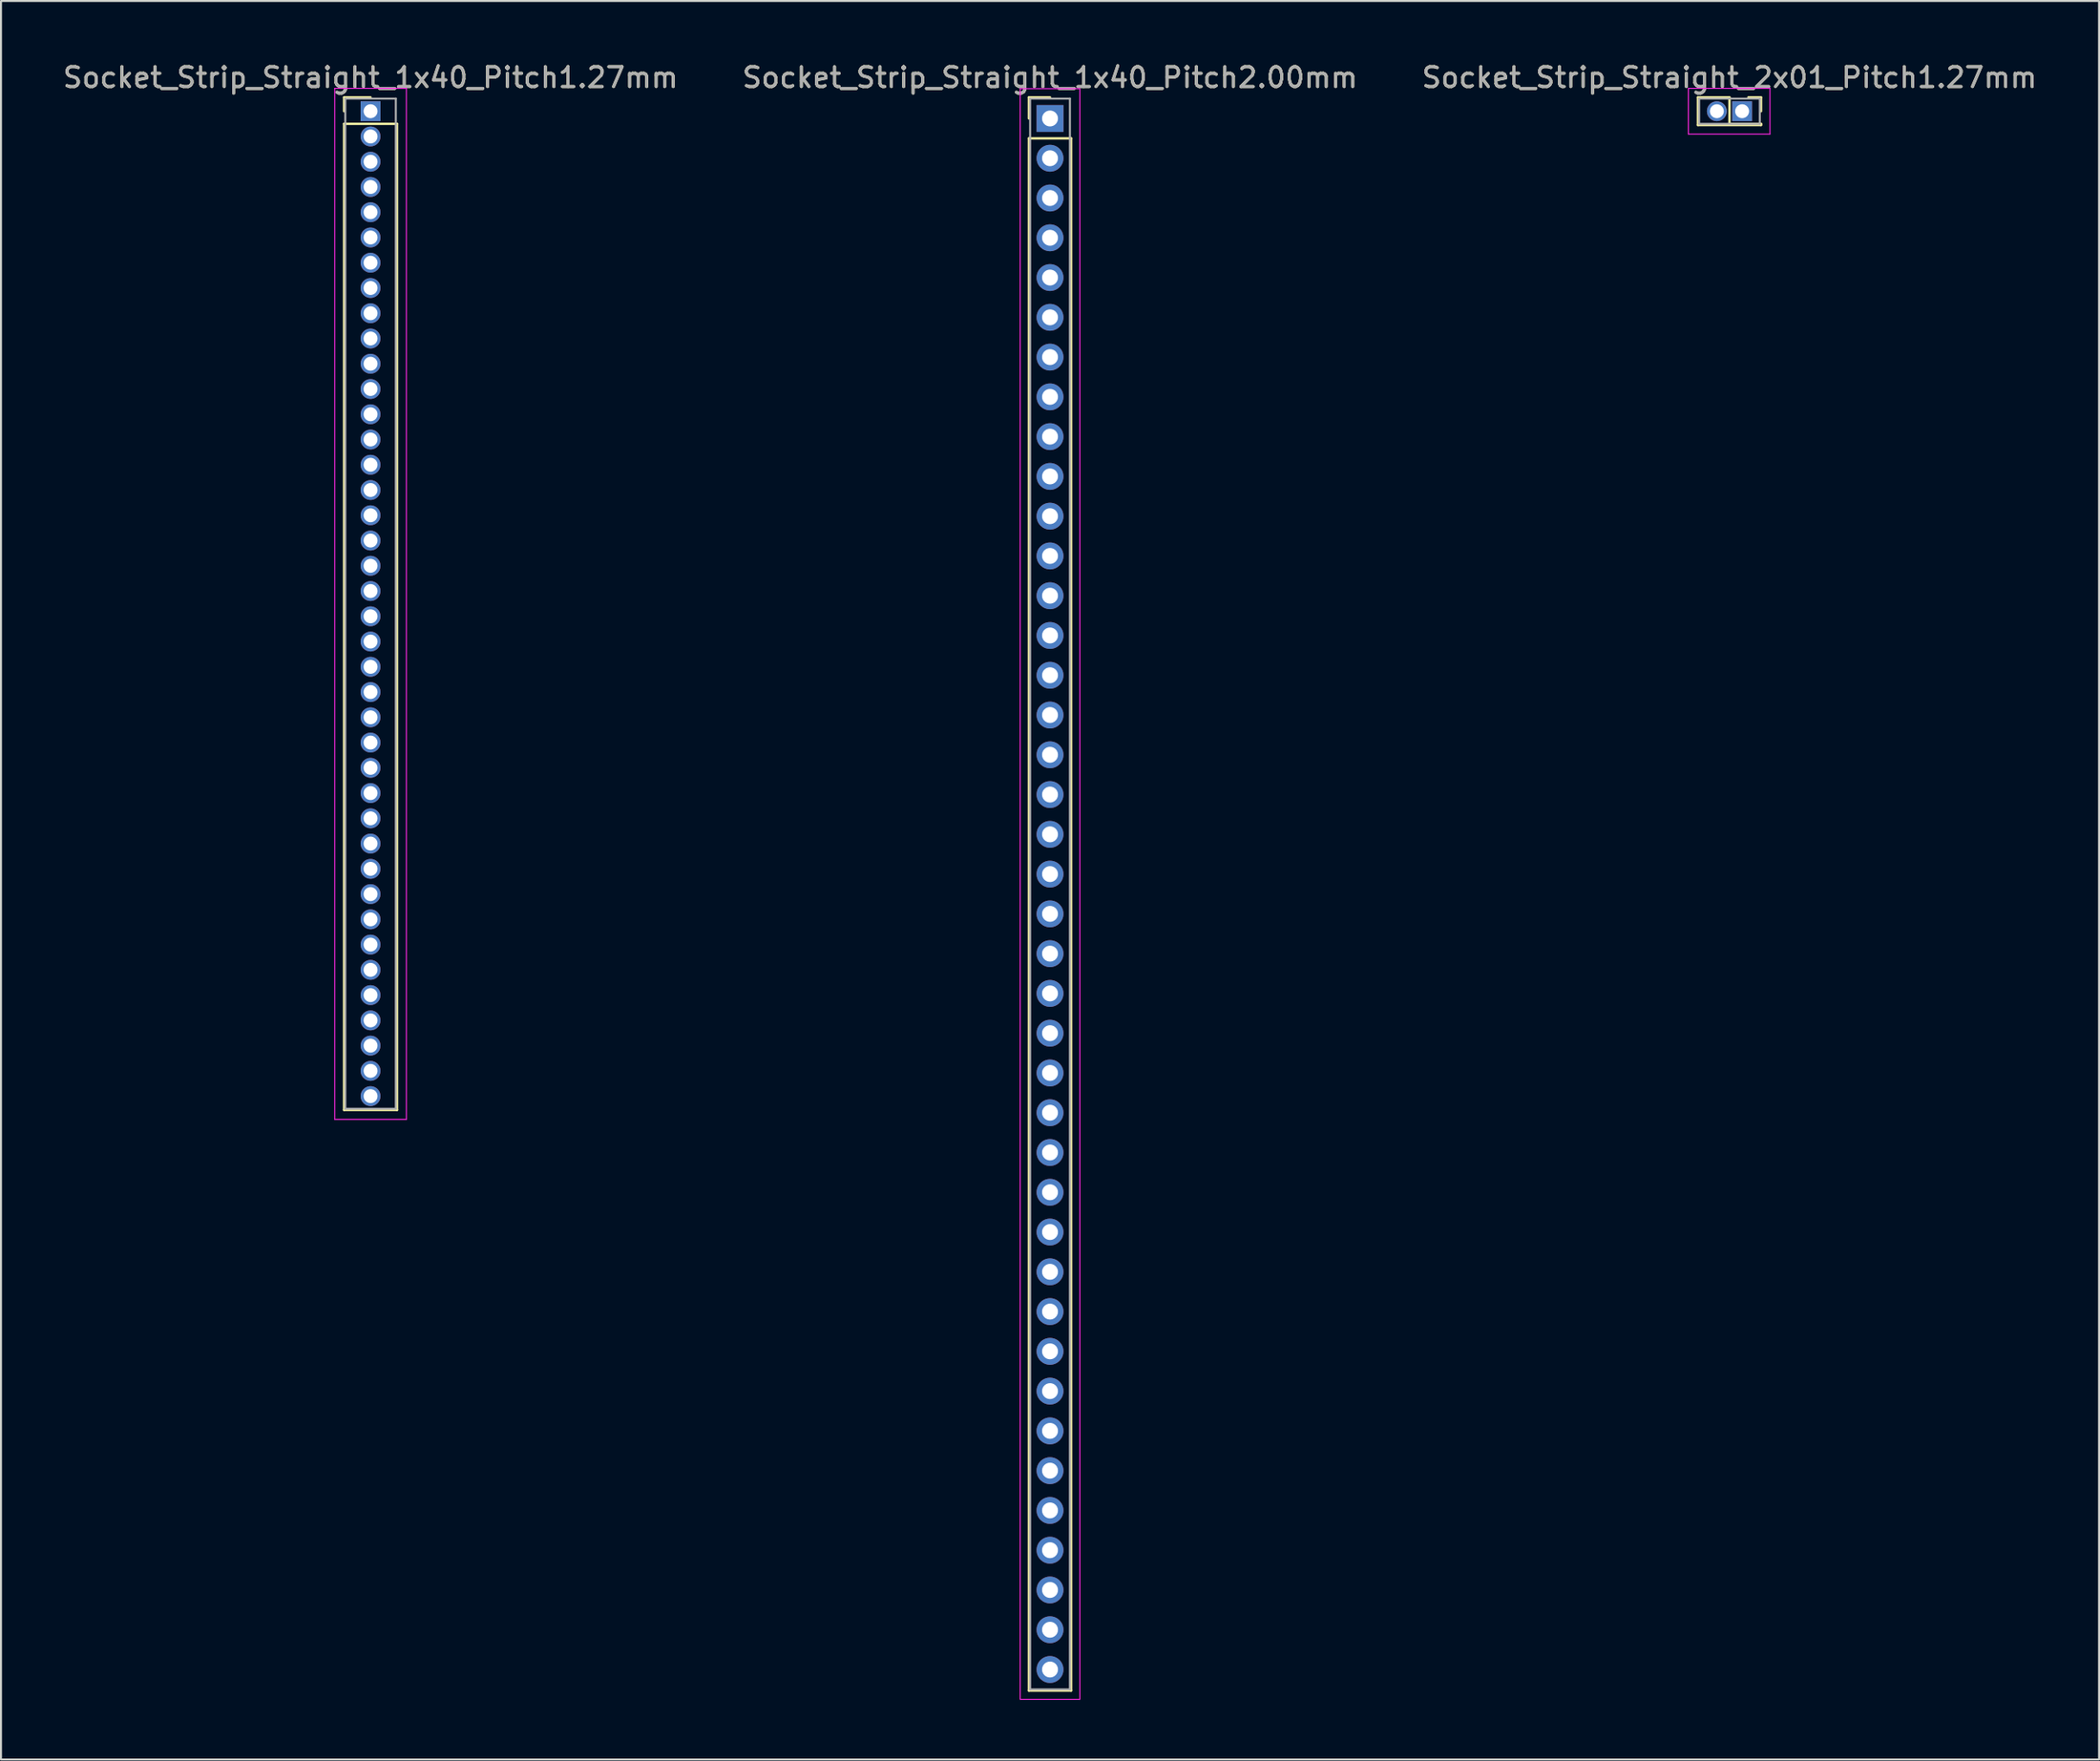
<source format=kicad_pcb>
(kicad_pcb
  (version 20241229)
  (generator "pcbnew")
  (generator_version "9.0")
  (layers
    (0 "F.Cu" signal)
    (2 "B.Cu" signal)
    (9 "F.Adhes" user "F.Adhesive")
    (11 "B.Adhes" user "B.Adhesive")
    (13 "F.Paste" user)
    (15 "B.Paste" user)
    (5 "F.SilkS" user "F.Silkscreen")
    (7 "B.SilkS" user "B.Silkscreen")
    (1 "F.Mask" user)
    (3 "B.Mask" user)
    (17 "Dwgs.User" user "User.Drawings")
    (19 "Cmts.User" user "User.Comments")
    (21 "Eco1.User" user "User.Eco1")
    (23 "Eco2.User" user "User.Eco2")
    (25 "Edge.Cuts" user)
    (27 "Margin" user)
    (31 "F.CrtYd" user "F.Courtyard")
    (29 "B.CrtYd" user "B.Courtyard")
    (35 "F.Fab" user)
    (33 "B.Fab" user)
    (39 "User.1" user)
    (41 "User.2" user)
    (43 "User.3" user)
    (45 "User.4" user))
  (footprint "Socket_Strip_Straight_2x01_Pitch1.27mm"
    (layer "F.Cu")
    (at 84.522 2.543)
    (property "Reference" "Socket_Strip_Straight_2x01_Pitch1.27mm" (at -0.635 -1.695 0) (layer "F.SilkS") (effects (font (size 1 1) (thickness 0.15))))
    (attr through_hole)
    (fp_line (start -2.22 -0.695) (end -0.635 -0.695) (stroke (width 0.12) (type solid)) (layer "F.SilkS"))
    (fp_line (start -2.22 0.695) (end -2.22 -0.695) (stroke (width 0.12) (type solid)) (layer "F.SilkS"))
    (fp_line (start -0.635 -0.695) (end -0.635 0.635) (stroke (width 0.12) (type solid)) (layer "F.SilkS"))
    (fp_line (start -0.635 0.635) (end 0.95 0.635) (stroke (width 0.12) (type solid)) (layer "F.SilkS"))
    (fp_line (start 0.95 -0.695) (end 0.315 -0.695) (stroke (width 0.12) (type solid)) (layer "F.SilkS"))
    (fp_line (start 0.95 0) (end 0.95 -0.695) (stroke (width 0.12) (type solid)) (layer "F.SilkS"))
    (fp_line (start 0.95 0.635) (end 0.95 0.695) (stroke (width 0.12) (type solid)) (layer "F.SilkS"))
    (fp_line (start 0.95 0.695) (end -2.22 0.695) (stroke (width 0.12) (type solid)) (layer "F.SilkS"))
    (fp_line (start -2.7 -1.15) (end -2.7 1.15) (stroke (width 0.05) (type solid)) (layer "F.CrtYd"))
    (fp_line (start -2.7 1.15) (end 1.4 1.15) (stroke (width 0.05) (type solid)) (layer "F.CrtYd"))
    (fp_line (start 1.4 -1.15) (end -2.7 -1.15) (stroke (width 0.05) (type solid)) (layer "F.CrtYd"))
    (fp_line (start 1.4 1.15) (end 1.4 -1.15) (stroke (width 0.05) (type solid)) (layer "F.CrtYd"))
    (fp_line (start -2.16 -0.635) (end -2.16 0.635) (stroke (width 0.1) (type solid)) (layer "F.Fab"))
    (fp_line (start -2.16 0.635) (end 0.89 0.635) (stroke (width 0.1) (type solid)) (layer "F.Fab"))
    (fp_line (start 0.89 -0.635) (end -2.16 -0.635) (stroke (width 0.1) (type solid)) (layer "F.Fab"))
    (fp_line (start 0.89 0.635) (end 0.89 -0.635) (stroke (width 0.1) (type solid)) (layer "F.Fab"))
    (fp_text user "${REFERENCE}" (at -0.635 -1.695 0) (layer "F.Fab") (effects (font (size 1 1) (thickness 0.15))))
    (pad "1" thru_hole rect (at 0 0) (size 1 1) (drill 0.7) (layers "*.Cu" "*.Mask"))
    (pad "2" thru_hole oval (at -1.27 0) (size 1 1) (drill 0.7) (layers "*.Cu" "*.Mask")))
  (footprint "Socket_Strip_Straight_1x40_Pitch1.27mm"
    (layer "F.Cu")
    (at 15.577 2.543)
    (property "Reference" "Socket_Strip_Straight_1x40_Pitch1.27mm" (at 0 -1.695 0) (layer "F.SilkS") (effects (font (size 1 1) (thickness 0.15))))
    (attr through_hole)
    (fp_line (start -1.33 -0.695) (end 0 -0.695) (stroke (width 0.12) (type solid)) (layer "F.SilkS"))
    (fp_line (start -1.33 0) (end -1.33 -0.695) (stroke (width 0.12) (type solid)) (layer "F.SilkS"))
    (fp_line (start -1.33 0.635) (end -1.33 50.225) (stroke (width 0.12) (type solid)) (layer "F.SilkS"))
    (fp_line (start -1.33 50.225) (end 1.33 50.225) (stroke (width 0.12) (type solid)) (layer "F.SilkS"))
    (fp_line (start 1.33 0.635) (end -1.33 0.635) (stroke (width 0.12) (type solid)) (layer "F.SilkS"))
    (fp_line (start 1.33 50.225) (end 1.33 0.635) (stroke (width 0.12) (type solid)) (layer "F.SilkS"))
    (fp_line (start -1.8 -1.15) (end -1.8 50.7) (stroke (width 0.05) (type solid)) (layer "F.CrtYd"))
    (fp_line (start -1.8 50.7) (end 1.8 50.7) (stroke (width 0.05) (type solid)) (layer "F.CrtYd"))
    (fp_line (start 1.8 -1.15) (end -1.8 -1.15) (stroke (width 0.05) (type solid)) (layer "F.CrtYd"))
    (fp_line (start 1.8 50.7) (end 1.8 -1.15) (stroke (width 0.05) (type solid)) (layer "F.CrtYd"))
    (fp_line (start -1.27 -0.635) (end -1.27 50.165) (stroke (width 0.1) (type solid)) (layer "F.Fab"))
    (fp_line (start -1.27 50.165) (end 1.27 50.165) (stroke (width 0.1) (type solid)) (layer "F.Fab"))
    (fp_line (start 1.27 -0.635) (end -1.27 -0.635) (stroke (width 0.1) (type solid)) (layer "F.Fab"))
    (fp_line (start 1.27 50.165) (end 1.27 -0.635) (stroke (width 0.1) (type solid)) (layer "F.Fab"))
    (fp_text user "${REFERENCE}" (at 0 -1.695 0) (layer "F.Fab") (effects (font (size 1 1) (thickness 0.15))))
    (pad "1" thru_hole rect (at 0 0) (size 1 1) (drill 0.7) (layers "*.Cu" "*.Mask"))
    (pad "2" thru_hole oval (at 0 1.27) (size 1 1) (drill 0.7) (layers "*.Cu" "*.Mask"))
    (pad "3" thru_hole oval (at 0 2.54) (size 1 1) (drill 0.7) (layers "*.Cu" "*.Mask"))
    (pad "4" thru_hole oval (at 0 3.81) (size 1 1) (drill 0.7) (layers "*.Cu" "*.Mask"))
    (pad "5" thru_hole oval (at 0 5.08) (size 1 1) (drill 0.7) (layers "*.Cu" "*.Mask"))
    (pad "6" thru_hole oval (at 0 6.35) (size 1 1) (drill 0.7) (layers "*.Cu" "*.Mask"))
    (pad "7" thru_hole oval (at 0 7.62) (size 1 1) (drill 0.7) (layers "*.Cu" "*.Mask"))
    (pad "8" thru_hole oval (at 0 8.89) (size 1 1) (drill 0.7) (layers "*.Cu" "*.Mask"))
    (pad "9" thru_hole oval (at 0 10.16) (size 1 1) (drill 0.7) (layers "*.Cu" "*.Mask"))
    (pad "10" thru_hole oval (at 0 11.43) (size 1 1) (drill 0.7) (layers "*.Cu" "*.Mask"))
    (pad "11" thru_hole oval (at 0 12.7) (size 1 1) (drill 0.7) (layers "*.Cu" "*.Mask"))
    (pad "12" thru_hole oval (at 0 13.97) (size 1 1) (drill 0.7) (layers "*.Cu" "*.Mask"))
    (pad "13" thru_hole oval (at 0 15.24) (size 1 1) (drill 0.7) (layers "*.Cu" "*.Mask"))
    (pad "14" thru_hole oval (at 0 16.51) (size 1 1) (drill 0.7) (layers "*.Cu" "*.Mask"))
    (pad "15" thru_hole oval (at 0 17.78) (size 1 1) (drill 0.7) (layers "*.Cu" "*.Mask"))
    (pad "16" thru_hole oval (at 0 19.05) (size 1 1) (drill 0.7) (layers "*.Cu" "*.Mask"))
    (pad "17" thru_hole oval (at 0 20.32) (size 1 1) (drill 0.7) (layers "*.Cu" "*.Mask"))
    (pad "18" thru_hole oval (at 0 21.59) (size 1 1) (drill 0.7) (layers "*.Cu" "*.Mask"))
    (pad "19" thru_hole oval (at 0 22.86) (size 1 1) (drill 0.7) (layers "*.Cu" "*.Mask"))
    (pad "20" thru_hole oval (at 0 24.13) (size 1 1) (drill 0.7) (layers "*.Cu" "*.Mask"))
    (pad "21" thru_hole oval (at 0 25.4) (size 1 1) (drill 0.7) (layers "*.Cu" "*.Mask"))
    (pad "22" thru_hole oval (at 0 26.67) (size 1 1) (drill 0.7) (layers "*.Cu" "*.Mask"))
    (pad "23" thru_hole oval (at 0 27.94) (size 1 1) (drill 0.7) (layers "*.Cu" "*.Mask"))
    (pad "24" thru_hole oval (at 0 29.21) (size 1 1) (drill 0.7) (layers "*.Cu" "*.Mask"))
    (pad "25" thru_hole oval (at 0 30.48) (size 1 1) (drill 0.7) (layers "*.Cu" "*.Mask"))
    (pad "26" thru_hole oval (at 0 31.75) (size 1 1) (drill 0.7) (layers "*.Cu" "*.Mask"))
    (pad "27" thru_hole oval (at 0 33.02) (size 1 1) (drill 0.7) (layers "*.Cu" "*.Mask"))
    (pad "28" thru_hole oval (at 0 34.29) (size 1 1) (drill 0.7) (layers "*.Cu" "*.Mask"))
    (pad "29" thru_hole oval (at 0 35.56) (size 1 1) (drill 0.7) (layers "*.Cu" "*.Mask"))
    (pad "30" thru_hole oval (at 0 36.83) (size 1 1) (drill 0.7) (layers "*.Cu" "*.Mask"))
    (pad "31" thru_hole oval (at 0 38.1) (size 1 1) (drill 0.7) (layers "*.Cu" "*.Mask"))
    (pad "32" thru_hole oval (at 0 39.37) (size 1 1) (drill 0.7) (layers "*.Cu" "*.Mask"))
    (pad "33" thru_hole oval (at 0 40.64) (size 1 1) (drill 0.7) (layers "*.Cu" "*.Mask"))
    (pad "34" thru_hole oval (at 0 41.91) (size 1 1) (drill 0.7) (layers "*.Cu" "*.Mask"))
    (pad "35" thru_hole oval (at 0 43.18) (size 1 1) (drill 0.7) (layers "*.Cu" "*.Mask"))
    (pad "36" thru_hole oval (at 0 44.45) (size 1 1) (drill 0.7) (layers "*.Cu" "*.Mask"))
    (pad "37" thru_hole oval (at 0 45.72) (size 1 1) (drill 0.7) (layers "*.Cu" "*.Mask"))
    (pad "38" thru_hole oval (at 0 46.99) (size 1 1) (drill 0.7) (layers "*.Cu" "*.Mask"))
    (pad "39" thru_hole oval (at 0 48.26) (size 1 1) (drill 0.7) (layers "*.Cu" "*.Mask"))
    (pad "40" thru_hole oval (at 0 49.53) (size 1 1) (drill 0.7) (layers "*.Cu" "*.Mask")))
  (footprint "Socket_Strip_Straight_1x40_Pitch2.00mm"
    (layer "F.Cu")
    (at 49.732 2.908)
    (property "Reference" "Socket_Strip_Straight_1x40_Pitch2.00mm" (at 0 -2.06 0) (layer "F.SilkS") (effects (font (size 1 1) (thickness 0.15))))
    (attr through_hole)
    (fp_line (start -1.06 -1.06) (end 0 -1.06) (stroke (width 0.12) (type solid)) (layer "F.SilkS"))
    (fp_line (start -1.06 0) (end -1.06 -1.06) (stroke (width 0.12) (type solid)) (layer "F.SilkS"))
    (fp_line (start -1.06 1) (end -1.06 79.06) (stroke (width 0.12) (type solid)) (layer "F.SilkS"))
    (fp_line (start -1.06 79.06) (end 1.06 79.06) (stroke (width 0.12) (type solid)) (layer "F.SilkS"))
    (fp_line (start 1.06 1) (end -1.06 1) (stroke (width 0.12) (type solid)) (layer "F.SilkS"))
    (fp_line (start 1.06 79.06) (end 1.06 1) (stroke (width 0.12) (type solid)) (layer "F.SilkS"))
    (fp_line (start -1.5 -1.5) (end -1.5 79.5) (stroke (width 0.05) (type solid)) (layer "F.CrtYd"))
    (fp_line (start -1.5 79.5) (end 1.5 79.5) (stroke (width 0.05) (type solid)) (layer "F.CrtYd"))
    (fp_line (start 1.5 -1.5) (end -1.5 -1.5) (stroke (width 0.05) (type solid)) (layer "F.CrtYd"))
    (fp_line (start 1.5 79.5) (end 1.5 -1.5) (stroke (width 0.05) (type solid)) (layer "F.CrtYd"))
    (fp_line (start -1 -1) (end -1 79) (stroke (width 0.1) (type solid)) (layer "F.Fab"))
    (fp_line (start -1 79) (end 1 79) (stroke (width 0.1) (type solid)) (layer "F.Fab"))
    (fp_line (start 1 -1) (end -1 -1) (stroke (width 0.1) (type solid)) (layer "F.Fab"))
    (fp_line (start 1 79) (end 1 -1) (stroke (width 0.1) (type solid)) (layer "F.Fab"))
    (fp_text user "${REFERENCE}" (at 0 -2.06 0) (layer "F.Fab") (effects (font (size 1 1) (thickness 0.15))))
    (pad "1" thru_hole rect (at 0 0) (size 1.35 1.35) (drill 0.8) (layers "*.Cu" "*.Mask"))
    (pad "2" thru_hole oval (at 0 2) (size 1.35 1.35) (drill 0.8) (layers "*.Cu" "*.Mask"))
    (pad "3" thru_hole oval (at 0 4) (size 1.35 1.35) (drill 0.8) (layers "*.Cu" "*.Mask"))
    (pad "4" thru_hole oval (at 0 6) (size 1.35 1.35) (drill 0.8) (layers "*.Cu" "*.Mask"))
    (pad "5" thru_hole oval (at 0 8) (size 1.35 1.35) (drill 0.8) (layers "*.Cu" "*.Mask"))
    (pad "6" thru_hole oval (at 0 10) (size 1.35 1.35) (drill 0.8) (layers "*.Cu" "*.Mask"))
    (pad "7" thru_hole oval (at 0 12) (size 1.35 1.35) (drill 0.8) (layers "*.Cu" "*.Mask"))
    (pad "8" thru_hole oval (at 0 14) (size 1.35 1.35) (drill 0.8) (layers "*.Cu" "*.Mask"))
    (pad "9" thru_hole oval (at 0 16) (size 1.35 1.35) (drill 0.8) (layers "*.Cu" "*.Mask"))
    (pad "10" thru_hole oval (at 0 18) (size 1.35 1.35) (drill 0.8) (layers "*.Cu" "*.Mask"))
    (pad "11" thru_hole oval (at 0 20) (size 1.35 1.35) (drill 0.8) (layers "*.Cu" "*.Mask"))
    (pad "12" thru_hole oval (at 0 22) (size 1.35 1.35) (drill 0.8) (layers "*.Cu" "*.Mask"))
    (pad "13" thru_hole oval (at 0 24) (size 1.35 1.35) (drill 0.8) (layers "*.Cu" "*.Mask"))
    (pad "14" thru_hole oval (at 0 26) (size 1.35 1.35) (drill 0.8) (layers "*.Cu" "*.Mask"))
    (pad "15" thru_hole oval (at 0 28) (size 1.35 1.35) (drill 0.8) (layers "*.Cu" "*.Mask"))
    (pad "16" thru_hole oval (at 0 30) (size 1.35 1.35) (drill 0.8) (layers "*.Cu" "*.Mask"))
    (pad "17" thru_hole oval (at 0 32) (size 1.35 1.35) (drill 0.8) (layers "*.Cu" "*.Mask"))
    (pad "18" thru_hole oval (at 0 34) (size 1.35 1.35) (drill 0.8) (layers "*.Cu" "*.Mask"))
    (pad "19" thru_hole oval (at 0 36) (size 1.35 1.35) (drill 0.8) (layers "*.Cu" "*.Mask"))
    (pad "20" thru_hole oval (at 0 38) (size 1.35 1.35) (drill 0.8) (layers "*.Cu" "*.Mask"))
    (pad "21" thru_hole oval (at 0 40) (size 1.35 1.35) (drill 0.8) (layers "*.Cu" "*.Mask"))
    (pad "22" thru_hole oval (at 0 42) (size 1.35 1.35) (drill 0.8) (layers "*.Cu" "*.Mask"))
    (pad "23" thru_hole oval (at 0 44) (size 1.35 1.35) (drill 0.8) (layers "*.Cu" "*.Mask"))
    (pad "24" thru_hole oval (at 0 46) (size 1.35 1.35) (drill 0.8) (layers "*.Cu" "*.Mask"))
    (pad "25" thru_hole oval (at 0 48) (size 1.35 1.35) (drill 0.8) (layers "*.Cu" "*.Mask"))
    (pad "26" thru_hole oval (at 0 50) (size 1.35 1.35) (drill 0.8) (layers "*.Cu" "*.Mask"))
    (pad "27" thru_hole oval (at 0 52) (size 1.35 1.35) (drill 0.8) (layers "*.Cu" "*.Mask"))
    (pad "28" thru_hole oval (at 0 54) (size 1.35 1.35) (drill 0.8) (layers "*.Cu" "*.Mask"))
    (pad "29" thru_hole oval (at 0 56) (size 1.35 1.35) (drill 0.8) (layers "*.Cu" "*.Mask"))
    (pad "30" thru_hole oval (at 0 58) (size 1.35 1.35) (drill 0.8) (layers "*.Cu" "*.Mask"))
    (pad "31" thru_hole oval (at 0 60) (size 1.35 1.35) (drill 0.8) (layers "*.Cu" "*.Mask"))
    (pad "32" thru_hole oval (at 0 62) (size 1.35 1.35) (drill 0.8) (layers "*.Cu" "*.Mask"))
    (pad "33" thru_hole oval (at 0 64) (size 1.35 1.35) (drill 0.8) (layers "*.Cu" "*.Mask"))
    (pad "34" thru_hole oval (at 0 66) (size 1.35 1.35) (drill 0.8) (layers "*.Cu" "*.Mask"))
    (pad "35" thru_hole oval (at 0 68) (size 1.35 1.35) (drill 0.8) (layers "*.Cu" "*.Mask"))
    (pad "36" thru_hole oval (at 0 70) (size 1.35 1.35) (drill 0.8) (layers "*.Cu" "*.Mask"))
    (pad "37" thru_hole oval (at 0 72) (size 1.35 1.35) (drill 0.8) (layers "*.Cu" "*.Mask"))
    (pad "38" thru_hole oval (at 0 74) (size 1.35 1.35) (drill 0.8) (layers "*.Cu" "*.Mask"))
    (pad "39" thru_hole oval (at 0 76) (size 1.35 1.35) (drill 0.8) (layers "*.Cu" "*.Mask"))
    (pad "40" thru_hole oval (at 0 78) (size 1.35 1.35) (drill 0.8) (layers "*.Cu" "*.Mask")))
  (gr_rect
    (start -3 -3)
    (end 102.464 85.433)
    (stroke (width 0.1) (type default))
    (fill no)
    (layer "Edge.Cuts")))
</source>
